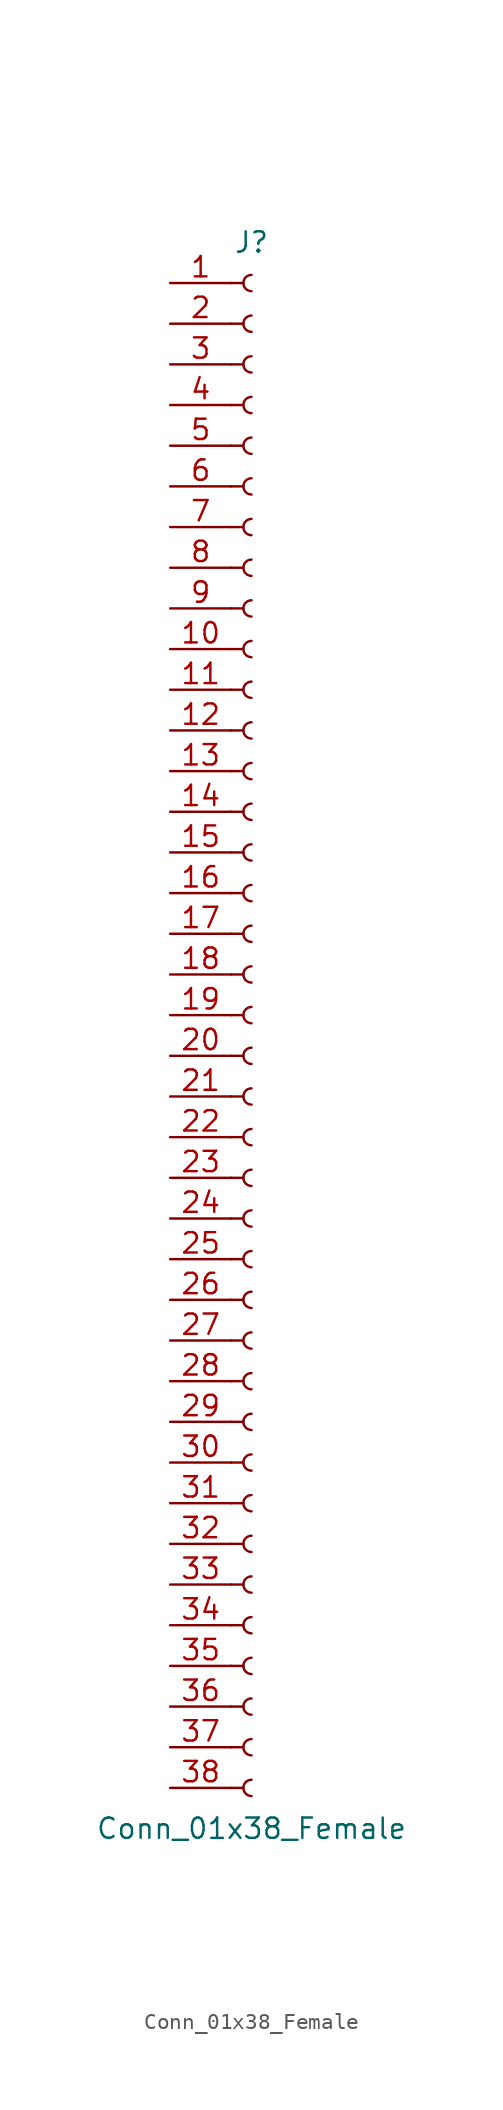
<source format=kicad_sym>
(kicad_symbol_lib
  (version 20201005)
  (generator kicad_symbol_editor)
  (symbol "Conn_01x38_Female"
    (pin_names
      (offset 1.016) hide)
    (property "Reference" "J"
      (at 0 48.26 0)
      (effects (font (size 1.27 1.27))))
    (property "Value" "Conn_01x38_Female"
      (at 0 -50.8 0)
      (effects (font (size 1.27 1.27))))
    (symbol "Conn_01x38_Female_1_1"
      (arc (start 0 -47.752) (end 0 -48.768) (radius (at 0 -48.26) (length 0.508) (angles 90.1 -90.1)) (stroke (width 0.1524)) (fill (type none)))
      (arc (start 0 -45.212) (end 0 -46.228) (radius (at 0 -45.72) (length 0.508) (angles 90.1 -90.1)) (stroke (width 0.1524)) (fill (type none)))
      (arc (start 0 -42.672) (end 0 -43.688) (radius (at 0 -43.18) (length 0.508) (angles 90.1 -90.1)) (stroke (width 0.1524)) (fill (type none)))
      (arc (start 0 -40.132) (end 0 -41.148) (radius (at 0 -40.64) (length 0.508) (angles 90.1 -90.1)) (stroke (width 0.1524)) (fill (type none)))
      (arc (start 0 -37.592) (end 0 -38.608) (radius (at 0 -38.1) (length 0.508) (angles 90.1 -90.1)) (stroke (width 0.1524)) (fill (type none)))
      (arc (start 0 -35.052) (end 0 -36.068) (radius (at 0 -35.56) (length 0.508) (angles 90.1 -90.1)) (stroke (width 0.1524)) (fill (type none)))
      (arc (start 0 -32.512) (end 0 -33.528) (radius (at 0 -33.02) (length 0.508) (angles 90.1 -90.1)) (stroke (width 0.1524)) (fill (type none)))
      (arc (start 0 -29.972) (end 0 -30.988) (radius (at 0 -30.48) (length 0.508) (angles 90.1 -90.1)) (stroke (width 0.1524)) (fill (type none)))
      (arc (start 0 -27.432) (end 0 -28.448) (radius (at 0 -27.94) (length 0.508) (angles 90.1 -90.1)) (stroke (width 0.1524)) (fill (type none)))
      (arc (start 0 -24.892) (end 0 -25.908) (radius (at 0 -25.4) (length 0.508) (angles 90.1 -90.1)) (stroke (width 0.1524)) (fill (type none)))
      (arc (start 0 -22.352) (end 0 -23.368) (radius (at 0 -22.86) (length 0.508) (angles 90.1 -90.1)) (stroke (width 0.1524)) (fill (type none)))
      (arc (start 0 -19.812) (end 0 -20.828) (radius (at 0 -20.32) (length 0.508) (angles 90.1 -90.1)) (stroke (width 0.1524)) (fill (type none)))
      (arc (start 0 -17.272) (end 0 -18.288) (radius (at 0 -17.78) (length 0.508) (angles 90.1 -90.1)) (stroke (width 0.1524)) (fill (type none)))
      (arc (start 0 -14.732) (end 0 -15.748) (radius (at 0 -15.24) (length 0.508) (angles 90.1 -90.1)) (stroke (width 0.1524)) (fill (type none)))
      (arc (start 0 -12.192) (end 0 -13.208) (radius (at 0 -12.7) (length 0.508) (angles 90.1 -90.1)) (stroke (width 0.1524)) (fill (type none)))
      (arc (start 0 -9.652) (end 0 -10.668) (radius (at 0 -10.16) (length 0.508) (angles 90.1 -90.1)) (stroke (width 0.1524)) (fill (type none)))
      (arc (start 0 -7.112) (end 0 -8.128) (radius (at 0 -7.62) (length 0.508) (angles 90.1 -90.1)) (stroke (width 0.1524)) (fill (type none)))
      (arc (start 0 -4.572) (end 0 -5.588) (radius (at 0 -5.08) (length 0.508) (angles 90.1 -90.1)) (stroke (width 0.1524)) (fill (type none)))
      (arc (start 0 -2.032) (end 0 -3.048) (radius (at 0 -2.54) (length 0.508) (angles 90.1 -90.1)) (stroke (width 0.1524)) (fill (type none)))
      (arc (start 0 0.508) (end 0 -0.508) (radius (at 0 0) (length 0.508) (angles 90.1 -90.1)) (stroke (width 0.1524)) (fill (type none)))
      (arc (start 0 3.048) (end 0 2.032) (radius (at 0 2.54) (length 0.508) (angles 90.1 -90.1)) (stroke (width 0.1524)) (fill (type none)))
      (arc (start 0 5.588) (end 0 4.572) (radius (at 0 5.08) (length 0.508) (angles 90.1 -90.1)) (stroke (width 0.1524)) (fill (type none)))
      (arc (start 0 8.128) (end 0 7.112) (radius (at 0 7.62) (length 0.508) (angles 90.1 -90.1)) (stroke (width 0.1524)) (fill (type none)))
      (arc (start 0 10.668) (end 0 9.652) (radius (at 0 10.16) (length 0.508) (angles 90.1 -90.1)) (stroke (width 0.1524)) (fill (type none)))
      (arc (start 0 13.208) (end 0 12.192) (radius (at 0 12.7) (length 0.508) (angles 90.1 -90.1)) (stroke (width 0.1524)) (fill (type none)))
      (arc (start 0 15.748) (end 0 14.732) (radius (at 0 15.24) (length 0.508) (angles 90.1 -90.1)) (stroke (width 0.1524)) (fill (type none)))
      (arc (start 0 18.288) (end 0 17.272) (radius (at 0 17.78) (length 0.508) (angles 90.1 -90.1)) (stroke (width 0.1524)) (fill (type none)))
      (arc (start 0 20.828) (end 0 19.812) (radius (at 0 20.32) (length 0.508) (angles 90.1 -90.1)) (stroke (width 0.1524)) (fill (type none)))
      (arc (start 0 23.368) (end 0 22.352) (radius (at 0 22.86) (length 0.508) (angles 90.1 -90.1)) (stroke (width 0.1524)) (fill (type none)))
      (arc (start 0 25.908) (end 0 24.892) (radius (at 0 25.4) (length 0.508) (angles 90.1 -90.1)) (stroke (width 0.1524)) (fill (type none)))
      (arc (start 0 28.448) (end 0 27.432) (radius (at 0 27.94) (length 0.508) (angles 90.1 -90.1)) (stroke (width 0.1524)) (fill (type none)))
      (arc (start 0 30.988) (end 0 29.972) (radius (at 0 30.48) (length 0.508) (angles 90.1 -90.1)) (stroke (width 0.1524)) (fill (type none)))
      (arc (start 0 33.528) (end 0 32.512) (radius (at 0 33.02) (length 0.508) (angles 90.1 -90.1)) (stroke (width 0.1524)) (fill (type none)))
      (arc (start 0 36.068) (end 0 35.052) (radius (at 0 35.56) (length 0.508) (angles 90.1 -90.1)) (stroke (width 0.1524)) (fill (type none)))
      (arc (start 0 38.608) (end 0 37.592) (radius (at 0 38.1) (length 0.508) (angles 90.1 -90.1)) (stroke (width 0.1524)) (fill (type none)))
      (arc (start 0 41.148) (end 0 40.132) (radius (at 0 40.64) (length 0.508) (angles 90.1 -90.1)) (stroke (width 0.1524)) (fill (type none)))
      (arc (start 0 43.688) (end 0 42.672) (radius (at 0 43.18) (length 0.508) (angles 90.1 -90.1)) (stroke (width 0.1524)) (fill (type none)))
      (arc (start 0 46.228) (end 0 45.212) (radius (at 0 45.72) (length 0.508) (angles 90.1 -90.1)) (stroke (width 0.1524)) (fill (type none)))
      (polyline (pts (xy -1.27 -48.26) (xy -0.508 -48.26)) (stroke (width 0.152)) (fill (type none)))
      (polyline (pts (xy -1.27 -45.72) (xy -0.508 -45.72)) (stroke (width 0.152)) (fill (type none)))
      (polyline (pts (xy -1.27 -43.18) (xy -0.508 -43.18)) (stroke (width 0.152)) (fill (type none)))
      (polyline (pts (xy -1.27 -40.64) (xy -0.508 -40.64)) (stroke (width 0.152)) (fill (type none)))
      (polyline (pts (xy -1.27 -38.1) (xy -0.508 -38.1)) (stroke (width 0.152)) (fill (type none)))
      (polyline (pts (xy -1.27 -35.56) (xy -0.508 -35.56)) (stroke (width 0.152)) (fill (type none)))
      (polyline (pts (xy -1.27 -33.02) (xy -0.508 -33.02)) (stroke (width 0.152)) (fill (type none)))
      (polyline (pts (xy -1.27 -30.48) (xy -0.508 -30.48)) (stroke (width 0.152)) (fill (type none)))
      (polyline (pts (xy -1.27 -27.94) (xy -0.508 -27.94)) (stroke (width 0.152)) (fill (type none)))
      (polyline (pts (xy -1.27 -25.4) (xy -0.508 -25.4)) (stroke (width 0.152)) (fill (type none)))
      (polyline (pts (xy -1.27 -22.86) (xy -0.508 -22.86)) (stroke (width 0.152)) (fill (type none)))
      (polyline (pts (xy -1.27 -20.32) (xy -0.508 -20.32)) (stroke (width 0.152)) (fill (type none)))
      (polyline (pts (xy -1.27 -17.78) (xy -0.508 -17.78)) (stroke (width 0.152)) (fill (type none)))
      (polyline (pts (xy -1.27 -15.24) (xy -0.508 -15.24)) (stroke (width 0.152)) (fill (type none)))
      (polyline (pts (xy -1.27 -12.7) (xy -0.508 -12.7)) (stroke (width 0.152)) (fill (type none)))
      (polyline (pts (xy -1.27 -10.16) (xy -0.508 -10.16)) (stroke (width 0.152)) (fill (type none)))
      (polyline (pts (xy -1.27 -7.62) (xy -0.508 -7.62)) (stroke (width 0.152)) (fill (type none)))
      (polyline (pts (xy -1.27 -5.08) (xy -0.508 -5.08)) (stroke (width 0.152)) (fill (type none)))
      (polyline (pts (xy -1.27 -2.54) (xy -0.508 -2.54)) (stroke (width 0.152)) (fill (type none)))
      (polyline (pts (xy -1.27 0) (xy -0.508 0)) (stroke (width 0.152)) (fill (type none)))
      (polyline (pts (xy -1.27 2.54) (xy -0.508 2.54)) (stroke (width 0.152)) (fill (type none)))
      (polyline (pts (xy -1.27 5.08) (xy -0.508 5.08)) (stroke (width 0.152)) (fill (type none)))
      (polyline (pts (xy -1.27 7.62) (xy -0.508 7.62)) (stroke (width 0.152)) (fill (type none)))
      (polyline (pts (xy -1.27 10.16) (xy -0.508 10.16)) (stroke (width 0.152)) (fill (type none)))
      (polyline (pts (xy -1.27 12.7) (xy -0.508 12.7)) (stroke (width 0.152)) (fill (type none)))
      (polyline (pts (xy -1.27 15.24) (xy -0.508 15.24)) (stroke (width 0.152)) (fill (type none)))
      (polyline (pts (xy -1.27 17.78) (xy -0.508 17.78)) (stroke (width 0.152)) (fill (type none)))
      (polyline (pts (xy -1.27 20.32) (xy -0.508 20.32)) (stroke (width 0.152)) (fill (type none)))
      (polyline (pts (xy -1.27 22.86) (xy -0.508 22.86)) (stroke (width 0.152)) (fill (type none)))
      (polyline (pts (xy -1.27 25.4) (xy -0.508 25.4)) (stroke (width 0.152)) (fill (type none)))
      (polyline (pts (xy -1.27 27.94) (xy -0.508 27.94)) (stroke (width 0.152)) (fill (type none)))
      (polyline (pts (xy -1.27 30.48) (xy -0.508 30.48)) (stroke (width 0.152)) (fill (type none)))
      (polyline (pts (xy -1.27 33.02) (xy -0.508 33.02)) (stroke (width 0.152)) (fill (type none)))
      (polyline (pts (xy -1.27 35.56) (xy -0.508 35.56)) (stroke (width 0.152)) (fill (type none)))
      (polyline (pts (xy -1.27 38.1) (xy -0.508 38.1)) (stroke (width 0.152)) (fill (type none)))
      (polyline (pts (xy -1.27 40.64) (xy -0.508 40.64)) (stroke (width 0.152)) (fill (type none)))
      (polyline (pts (xy -1.27 43.18) (xy -0.508 43.18)) (stroke (width 0.152)) (fill (type none)))
      (polyline (pts (xy -1.27 45.72) (xy -0.508 45.72)) (stroke (width 0.152)) (fill (type none)))
      (pin passive line (at -5.08 45.72 0) (length 3.81) (name "Pin_1" (effects (font (size 1.27 1.27)))) (number "1" (effects (font (size 1.27 1.27)))))
      (pin passive line (at -5.08 22.86 0) (length 3.81) (name "Pin_10" (effects (font (size 1.27 1.27)))) (number "10" (effects (font (size 1.27 1.27)))))
      (pin passive line (at -5.08 20.32 0) (length 3.81) (name "Pin_11" (effects (font (size 1.27 1.27)))) (number "11" (effects (font (size 1.27 1.27)))))
      (pin passive line (at -5.08 17.78 0) (length 3.81) (name "Pin_12" (effects (font (size 1.27 1.27)))) (number "12" (effects (font (size 1.27 1.27)))))
      (pin passive line (at -5.08 15.24 0) (length 3.81) (name "Pin_13" (effects (font (size 1.27 1.27)))) (number "13" (effects (font (size 1.27 1.27)))))
      (pin passive line (at -5.08 12.7 0) (length 3.81) (name "Pin_14" (effects (font (size 1.27 1.27)))) (number "14" (effects (font (size 1.27 1.27)))))
      (pin passive line (at -5.08 10.16 0) (length 3.81) (name "Pin_15" (effects (font (size 1.27 1.27)))) (number "15" (effects (font (size 1.27 1.27)))))
      (pin passive line (at -5.08 7.62 0) (length 3.81) (name "Pin_16" (effects (font (size 1.27 1.27)))) (number "16" (effects (font (size 1.27 1.27)))))
      (pin passive line (at -5.08 5.08 0) (length 3.81) (name "Pin_17" (effects (font (size 1.27 1.27)))) (number "17" (effects (font (size 1.27 1.27)))))
      (pin passive line (at -5.08 2.54 0) (length 3.81) (name "Pin_18" (effects (font (size 1.27 1.27)))) (number "18" (effects (font (size 1.27 1.27)))))
      (pin passive line (at -5.08 0 0) (length 3.81) (name "Pin_19" (effects (font (size 1.27 1.27)))) (number "19" (effects (font (size 1.27 1.27)))))
      (pin passive line (at -5.08 43.18 0) (length 3.81) (name "Pin_2" (effects (font (size 1.27 1.27)))) (number "2" (effects (font (size 1.27 1.27)))))
      (pin passive line (at -5.08 -2.54 0) (length 3.81) (name "Pin_20" (effects (font (size 1.27 1.27)))) (number "20" (effects (font (size 1.27 1.27)))))
      (pin passive line (at -5.08 -5.08 0) (length 3.81) (name "Pin_21" (effects (font (size 1.27 1.27)))) (number "21" (effects (font (size 1.27 1.27)))))
      (pin passive line (at -5.08 -7.62 0) (length 3.81) (name "Pin_22" (effects (font (size 1.27 1.27)))) (number "22" (effects (font (size 1.27 1.27)))))
      (pin passive line (at -5.08 -10.16 0) (length 3.81) (name "Pin_23" (effects (font (size 1.27 1.27)))) (number "23" (effects (font (size 1.27 1.27)))))
      (pin passive line (at -5.08 -12.7 0) (length 3.81) (name "Pin_24" (effects (font (size 1.27 1.27)))) (number "24" (effects (font (size 1.27 1.27)))))
      (pin passive line (at -5.08 -15.24 0) (length 3.81) (name "Pin_25" (effects (font (size 1.27 1.27)))) (number "25" (effects (font (size 1.27 1.27)))))
      (pin passive line (at -5.08 -17.78 0) (length 3.81) (name "Pin_26" (effects (font (size 1.27 1.27)))) (number "26" (effects (font (size 1.27 1.27)))))
      (pin passive line (at -5.08 -20.32 0) (length 3.81) (name "Pin_27" (effects (font (size 1.27 1.27)))) (number "27" (effects (font (size 1.27 1.27)))))
      (pin passive line (at -5.08 -22.86 0) (length 3.81) (name "Pin_28" (effects (font (size 1.27 1.27)))) (number "28" (effects (font (size 1.27 1.27)))))
      (pin passive line (at -5.08 -25.4 0) (length 3.81) (name "Pin_29" (effects (font (size 1.27 1.27)))) (number "29" (effects (font (size 1.27 1.27)))))
      (pin passive line (at -5.08 40.64 0) (length 3.81) (name "Pin_3" (effects (font (size 1.27 1.27)))) (number "3" (effects (font (size 1.27 1.27)))))
      (pin passive line (at -5.08 -27.94 0) (length 3.81) (name "Pin_30" (effects (font (size 1.27 1.27)))) (number "30" (effects (font (size 1.27 1.27)))))
      (pin passive line (at -5.08 -30.48 0) (length 3.81) (name "Pin_31" (effects (font (size 1.27 1.27)))) (number "31" (effects (font (size 1.27 1.27)))))
      (pin passive line (at -5.08 -33.02 0) (length 3.81) (name "Pin_32" (effects (font (size 1.27 1.27)))) (number "32" (effects (font (size 1.27 1.27)))))
      (pin passive line (at -5.08 -35.56 0) (length 3.81) (name "Pin_33" (effects (font (size 1.27 1.27)))) (number "33" (effects (font (size 1.27 1.27)))))
      (pin passive line (at -5.08 -38.1 0) (length 3.81) (name "Pin_34" (effects (font (size 1.27 1.27)))) (number "34" (effects (font (size 1.27 1.27)))))
      (pin passive line (at -5.08 -40.64 0) (length 3.81) (name "Pin_35" (effects (font (size 1.27 1.27)))) (number "35" (effects (font (size 1.27 1.27)))))
      (pin passive line (at -5.08 -43.18 0) (length 3.81) (name "Pin_36" (effects (font (size 1.27 1.27)))) (number "36" (effects (font (size 1.27 1.27)))))
      (pin passive line (at -5.08 -45.72 0) (length 3.81) (name "Pin_37" (effects (font (size 1.27 1.27)))) (number "37" (effects (font (size 1.27 1.27)))))
      (pin passive line (at -5.08 -48.26 0) (length 3.81) (name "Pin_38" (effects (font (size 1.27 1.27)))) (number "38" (effects (font (size 1.27 1.27)))))
      (pin passive line (at -5.08 38.1 0) (length 3.81) (name "Pin_4" (effects (font (size 1.27 1.27)))) (number "4" (effects (font (size 1.27 1.27)))))
      (pin passive line (at -5.08 35.56 0) (length 3.81) (name "Pin_5" (effects (font (size 1.27 1.27)))) (number "5" (effects (font (size 1.27 1.27)))))
      (pin passive line (at -5.08 33.02 0) (length 3.81) (name "Pin_6" (effects (font (size 1.27 1.27)))) (number "6" (effects (font (size 1.27 1.27)))))
      (pin passive line (at -5.08 30.48 0) (length 3.81) (name "Pin_7" (effects (font (size 1.27 1.27)))) (number "7" (effects (font (size 1.27 1.27)))))
      (pin passive line (at -5.08 27.94 0) (length 3.81) (name "Pin_8" (effects (font (size 1.27 1.27)))) (number "8" (effects (font (size 1.27 1.27)))))
      (pin passive line (at -5.08 25.4 0) (length 3.81) (name "Pin_9" (effects (font (size 1.27 1.27)))) (number "9" (effects (font (size 1.27 1.27))))))))
</source>
